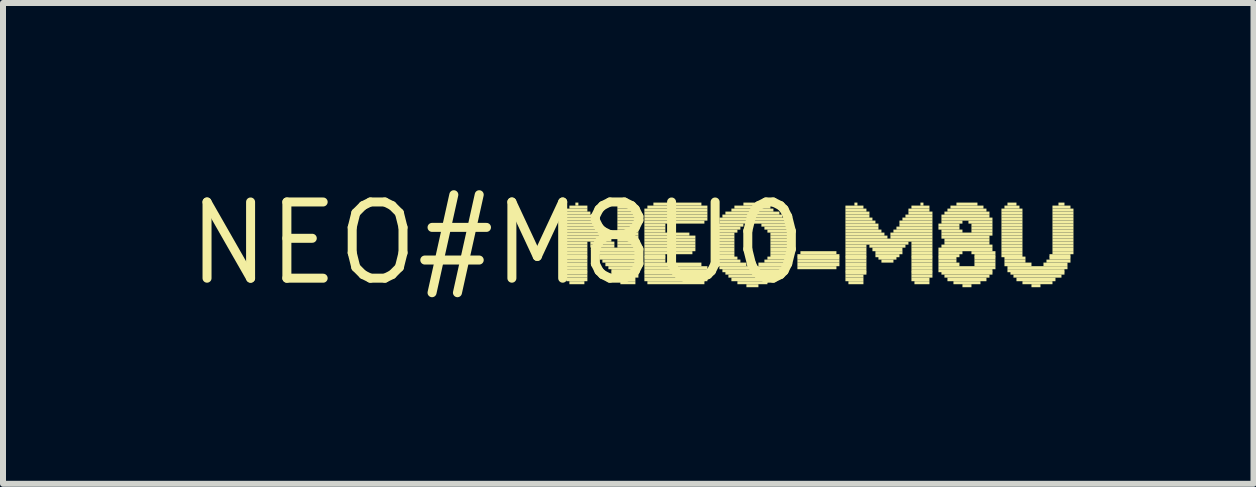
<source format=kicad_pcb>
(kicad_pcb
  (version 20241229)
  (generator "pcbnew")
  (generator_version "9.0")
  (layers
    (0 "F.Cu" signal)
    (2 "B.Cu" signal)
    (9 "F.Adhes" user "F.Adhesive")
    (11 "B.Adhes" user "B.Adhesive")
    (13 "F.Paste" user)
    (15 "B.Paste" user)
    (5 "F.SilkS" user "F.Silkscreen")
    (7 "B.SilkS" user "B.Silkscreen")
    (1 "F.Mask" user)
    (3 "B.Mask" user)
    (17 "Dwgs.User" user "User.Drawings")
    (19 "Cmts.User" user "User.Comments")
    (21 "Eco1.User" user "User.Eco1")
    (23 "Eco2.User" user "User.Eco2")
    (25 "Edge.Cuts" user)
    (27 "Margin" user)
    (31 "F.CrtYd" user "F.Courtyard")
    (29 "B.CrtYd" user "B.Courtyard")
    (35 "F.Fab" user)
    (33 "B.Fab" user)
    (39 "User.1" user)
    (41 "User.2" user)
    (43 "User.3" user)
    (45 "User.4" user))
  (footprint "NEO#M8U0"
    (layer "F.Cu")
    (at 5.238 1.006)
    (property "Reference" "NEO#M8U0" (at 0 0 0) (layer "F.SilkS") (effects (font (size 1.27 1.27) (thickness 0.15))))
    (attr through_hole)
    (fp_poly (pts (xy 1.15 -0.53) (xy 1.5 -0.53) (xy 1.5 -0.58) (xy 1.15 -0.58)) (stroke (width 0) (type solid)) (fill yes) (layer "F.SilkS"))
    (fp_poly (pts (xy 1.15 -0.48) (xy 1.55 -0.48) (xy 1.55 -0.53) (xy 1.15 -0.53)) (stroke (width 0) (type solid)) (fill yes) (layer "F.SilkS"))
    (fp_poly (pts (xy 1.15 -0.43) (xy 1.6 -0.43) (xy 1.6 -0.48) (xy 1.15 -0.48)) (stroke (width 0) (type solid)) (fill yes) (layer "F.SilkS"))
    (fp_poly (pts (xy 1.15 -0.38) (xy 1.65 -0.38) (xy 1.65 -0.43) (xy 1.15 -0.43)) (stroke (width 0) (type solid)) (fill yes) (layer "F.SilkS"))
    (fp_poly (pts (xy 1.15 -0.33) (xy 1.65 -0.33) (xy 1.65 -0.38) (xy 1.15 -0.38)) (stroke (width 0) (type solid)) (fill yes) (layer "F.SilkS"))
    (fp_poly (pts (xy 1.15 -0.28) (xy 1.7 -0.28) (xy 1.7 -0.33) (xy 1.15 -0.33)) (stroke (width 0) (type solid)) (fill yes) (layer "F.SilkS"))
    (fp_poly (pts (xy 1.15 -0.23) (xy 1.75 -0.23) (xy 1.75 -0.28) (xy 1.15 -0.28)) (stroke (width 0) (type solid)) (fill yes) (layer "F.SilkS"))
    (fp_poly (pts (xy 1.15 -0.18) (xy 1.8 -0.18) (xy 1.8 -0.23) (xy 1.15 -0.23)) (stroke (width 0) (type solid)) (fill yes) (layer "F.SilkS"))
    (fp_poly (pts (xy 1.15 -0.13) (xy 1.8 -0.13) (xy 1.8 -0.18) (xy 1.15 -0.18)) (stroke (width 0) (type solid)) (fill yes) (layer "F.SilkS"))
    (fp_poly (pts (xy 1.15 -0.08) (xy 1.85 -0.08) (xy 1.85 -0.13) (xy 1.15 -0.13)) (stroke (width 0) (type solid)) (fill yes) (layer "F.SilkS"))
    (fp_poly (pts (xy 1.15 -0.03) (xy 1.9 -0.03) (xy 1.9 -0.08) (xy 1.15 -0.08)) (stroke (width 0) (type solid)) (fill yes) (layer "F.SilkS"))
    (fp_poly (pts (xy 1.15 0.02) (xy 1.5 0.02) (xy 1.5 -0.03) (xy 1.15 -0.03)) (stroke (width 0) (type solid)) (fill yes) (layer "F.SilkS"))
    (fp_poly (pts (xy 1.15 0.07) (xy 1.5 0.07) (xy 1.5 0.02) (xy 1.15 0.02)) (stroke (width 0) (type solid)) (fill yes) (layer "F.SilkS"))
    (fp_poly (pts (xy 1.15 0.13) (xy 1.5 0.13) (xy 1.5 0.07) (xy 1.15 0.07)) (stroke (width 0) (type solid)) (fill yes) (layer "F.SilkS"))
    (fp_poly (pts (xy 1.15 0.18) (xy 1.5 0.18) (xy 1.5 0.13) (xy 1.15 0.13)) (stroke (width 0) (type solid)) (fill yes) (layer "F.SilkS"))
    (fp_poly (pts (xy 1.15 0.23) (xy 1.5 0.23) (xy 1.5 0.18) (xy 1.15 0.18)) (stroke (width 0) (type solid)) (fill yes) (layer "F.SilkS"))
    (fp_poly (pts (xy 1.15 0.27) (xy 1.5 0.27) (xy 1.5 0.22) (xy 1.15 0.22)) (stroke (width 0) (type solid)) (fill yes) (layer "F.SilkS"))
    (fp_poly (pts (xy 1.15 0.32) (xy 1.5 0.32) (xy 1.5 0.27) (xy 1.15 0.27)) (stroke (width 0) (type solid)) (fill yes) (layer "F.SilkS"))
    (fp_poly (pts (xy 1.15 0.38) (xy 1.5 0.38) (xy 1.5 0.32) (xy 1.15 0.32)) (stroke (width 0) (type solid)) (fill yes) (layer "F.SilkS"))
    (fp_poly (pts (xy 1.15 0.43) (xy 1.5 0.43) (xy 1.5 0.38) (xy 1.15 0.38)) (stroke (width 0) (type solid)) (fill yes) (layer "F.SilkS"))
    (fp_poly (pts (xy 1.15 0.48) (xy 1.5 0.48) (xy 1.5 0.43) (xy 1.15 0.43)) (stroke (width 0) (type solid)) (fill yes) (layer "F.SilkS"))
    (fp_poly (pts (xy 1.15 0.52) (xy 1.5 0.52) (xy 1.5 0.47) (xy 1.15 0.47)) (stroke (width 0) (type solid)) (fill yes) (layer "F.SilkS"))
    (fp_poly (pts (xy 1.15 0.57) (xy 1.5 0.57) (xy 1.5 0.52) (xy 1.15 0.52)) (stroke (width 0) (type solid)) (fill yes) (layer "F.SilkS"))
    (fp_poly (pts (xy 1.15 0.63) (xy 1.5 0.63) (xy 1.5 0.57) (xy 1.15 0.57)) (stroke (width 0) (type solid)) (fill yes) (layer "F.SilkS"))
    (fp_poly (pts (xy 1.2 -0.58) (xy 1.5 -0.58) (xy 1.5 -0.63) (xy 1.2 -0.63)) (stroke (width 0) (type solid)) (fill yes) (layer "F.SilkS"))
    (fp_poly (pts (xy 1.2 0.68) (xy 1.45 0.68) (xy 1.45 0.63) (xy 1.2 0.63)) (stroke (width 0) (type solid)) (fill yes) (layer "F.SilkS"))
    (fp_poly (pts (xy 1.3 -0.63) (xy 1.35 -0.63) (xy 1.35 -0.68) (xy 1.3 -0.68)) (stroke (width 0) (type solid)) (fill yes) (layer "F.SilkS"))
    (fp_poly (pts (xy 1.55 0.02) (xy 1.95 0.02) (xy 1.95 -0.03) (xy 1.55 -0.03)) (stroke (width 0) (type solid)) (fill yes) (layer "F.SilkS"))
    (fp_poly (pts (xy 1.55 0.07) (xy 1.95 0.07) (xy 1.95 0.02) (xy 1.55 0.02)) (stroke (width 0) (type solid)) (fill yes) (layer "F.SilkS"))
    (fp_poly (pts (xy 1.6 0.13) (xy 2.35 0.13) (xy 2.35 0.07) (xy 1.6 0.07)) (stroke (width 0) (type solid)) (fill yes) (layer "F.SilkS"))
    (fp_poly (pts (xy 1.65 0.18) (xy 2.35 0.18) (xy 2.35 0.13) (xy 1.65 0.13)) (stroke (width 0) (type solid)) (fill yes) (layer "F.SilkS"))
    (fp_poly (pts (xy 1.7 0.23) (xy 2.35 0.23) (xy 2.35 0.18) (xy 1.7 0.18)) (stroke (width 0) (type solid)) (fill yes) (layer "F.SilkS"))
    (fp_poly (pts (xy 1.7 0.27) (xy 2.35 0.27) (xy 2.35 0.22) (xy 1.7 0.22)) (stroke (width 0) (type solid)) (fill yes) (layer "F.SilkS"))
    (fp_poly (pts (xy 1.75 0.32) (xy 2.35 0.32) (xy 2.35 0.27) (xy 1.75 0.27)) (stroke (width 0) (type solid)) (fill yes) (layer "F.SilkS"))
    (fp_poly (pts (xy 1.8 0.38) (xy 2.35 0.38) (xy 2.35 0.32) (xy 1.8 0.32)) (stroke (width 0) (type solid)) (fill yes) (layer "F.SilkS"))
    (fp_poly (pts (xy 1.85 0.43) (xy 2.35 0.43) (xy 2.35 0.38) (xy 1.85 0.38)) (stroke (width 0) (type solid)) (fill yes) (layer "F.SilkS"))
    (fp_poly (pts (xy 1.9 0.48) (xy 2.35 0.48) (xy 2.35 0.43) (xy 1.9 0.43)) (stroke (width 0) (type solid)) (fill yes) (layer "F.SilkS"))
    (fp_poly (pts (xy 1.9 0.52) (xy 2.35 0.52) (xy 2.35 0.47) (xy 1.9 0.47)) (stroke (width 0) (type solid)) (fill yes) (layer "F.SilkS"))
    (fp_poly (pts (xy 1.95 0.57) (xy 2.35 0.57) (xy 2.35 0.52) (xy 1.95 0.52)) (stroke (width 0) (type solid)) (fill yes) (layer "F.SilkS"))
    (fp_poly (pts (xy 2 -0.58) (xy 2.3 -0.58) (xy 2.3 -0.63) (xy 2 -0.63)) (stroke (width 0) (type solid)) (fill yes) (layer "F.SilkS"))
    (fp_poly (pts (xy 2 -0.53) (xy 2.35 -0.53) (xy 2.35 -0.58) (xy 2 -0.58)) (stroke (width 0) (type solid)) (fill yes) (layer "F.SilkS"))
    (fp_poly (pts (xy 2 -0.48) (xy 2.35 -0.48) (xy 2.35 -0.53) (xy 2 -0.53)) (stroke (width 0) (type solid)) (fill yes) (layer "F.SilkS"))
    (fp_poly (pts (xy 2 -0.43) (xy 2.35 -0.43) (xy 2.35 -0.48) (xy 2 -0.48)) (stroke (width 0) (type solid)) (fill yes) (layer "F.SilkS"))
    (fp_poly (pts (xy 2 -0.38) (xy 2.35 -0.38) (xy 2.35 -0.43) (xy 2 -0.43)) (stroke (width 0) (type solid)) (fill yes) (layer "F.SilkS"))
    (fp_poly (pts (xy 2 -0.33) (xy 2.35 -0.33) (xy 2.35 -0.38) (xy 2 -0.38)) (stroke (width 0) (type solid)) (fill yes) (layer "F.SilkS"))
    (fp_poly (pts (xy 2 -0.28) (xy 2.35 -0.28) (xy 2.35 -0.33) (xy 2 -0.33)) (stroke (width 0) (type solid)) (fill yes) (layer "F.SilkS"))
    (fp_poly (pts (xy 2 -0.23) (xy 2.35 -0.23) (xy 2.35 -0.28) (xy 2 -0.28)) (stroke (width 0) (type solid)) (fill yes) (layer "F.SilkS"))
    (fp_poly (pts (xy 2 -0.18) (xy 2.35 -0.18) (xy 2.35 -0.23) (xy 2 -0.23)) (stroke (width 0) (type solid)) (fill yes) (layer "F.SilkS"))
    (fp_poly (pts (xy 2 -0.13) (xy 2.35 -0.13) (xy 2.35 -0.18) (xy 2 -0.18)) (stroke (width 0) (type solid)) (fill yes) (layer "F.SilkS"))
    (fp_poly (pts (xy 2 -0.08) (xy 2.35 -0.08) (xy 2.35 -0.13) (xy 2 -0.13)) (stroke (width 0) (type solid)) (fill yes) (layer "F.SilkS"))
    (fp_poly (pts (xy 2 -0.03) (xy 2.35 -0.03) (xy 2.35 -0.08) (xy 2 -0.08)) (stroke (width 0) (type solid)) (fill yes) (layer "F.SilkS"))
    (fp_poly (pts (xy 2 0.02) (xy 2.35 0.02) (xy 2.35 -0.03) (xy 2 -0.03)) (stroke (width 0) (type solid)) (fill yes) (layer "F.SilkS"))
    (fp_poly (pts (xy 2 0.07) (xy 2.35 0.07) (xy 2.35 0.02) (xy 2 0.02)) (stroke (width 0) (type solid)) (fill yes) (layer "F.SilkS"))
    (fp_poly (pts (xy 2 0.63) (xy 2.3 0.63) (xy 2.3 0.57) (xy 2 0.57)) (stroke (width 0) (type solid)) (fill yes) (layer "F.SilkS"))
    (fp_poly (pts (xy 2.05 0.68) (xy 2.3 0.68) (xy 2.3 0.63) (xy 2.05 0.63)) (stroke (width 0) (type solid)) (fill yes) (layer "F.SilkS"))
    (fp_poly (pts (xy 2.15 -0.63) (xy 2.2 -0.63) (xy 2.2 -0.68) (xy 2.15 -0.68)) (stroke (width 0) (type solid)) (fill yes) (layer "F.SilkS"))
    (fp_poly (pts (xy 2.45 -0.53) (xy 3.5 -0.53) (xy 3.5 -0.58) (xy 2.45 -0.58)) (stroke (width 0) (type solid)) (fill yes) (layer "F.SilkS"))
    (fp_poly (pts (xy 2.45 -0.48) (xy 3.5 -0.48) (xy 3.5 -0.53) (xy 2.45 -0.53)) (stroke (width 0) (type solid)) (fill yes) (layer "F.SilkS"))
    (fp_poly (pts (xy 2.45 -0.43) (xy 3.5 -0.43) (xy 3.5 -0.48) (xy 2.45 -0.48)) (stroke (width 0) (type solid)) (fill yes) (layer "F.SilkS"))
    (fp_poly (pts (xy 2.45 -0.38) (xy 3.5 -0.38) (xy 3.5 -0.43) (xy 2.45 -0.43)) (stroke (width 0) (type solid)) (fill yes) (layer "F.SilkS"))
    (fp_poly (pts (xy 2.45 -0.33) (xy 3.45 -0.33) (xy 3.45 -0.38) (xy 2.45 -0.38)) (stroke (width 0) (type solid)) (fill yes) (layer "F.SilkS"))
    (fp_poly (pts (xy 2.45 -0.28) (xy 2.8 -0.28) (xy 2.8 -0.33) (xy 2.45 -0.33)) (stroke (width 0) (type solid)) (fill yes) (layer "F.SilkS"))
    (fp_poly (pts (xy 2.45 -0.23) (xy 2.8 -0.23) (xy 2.8 -0.28) (xy 2.45 -0.28)) (stroke (width 0) (type solid)) (fill yes) (layer "F.SilkS"))
    (fp_poly (pts (xy 2.45 -0.18) (xy 2.8 -0.18) (xy 2.8 -0.23) (xy 2.45 -0.23)) (stroke (width 0) (type solid)) (fill yes) (layer "F.SilkS"))
    (fp_poly (pts (xy 2.45 -0.13) (xy 3.2 -0.13) (xy 3.2 -0.18) (xy 2.45 -0.18)) (stroke (width 0) (type solid)) (fill yes) (layer "F.SilkS"))
    (fp_poly (pts (xy 2.45 -0.08) (xy 3.3 -0.08) (xy 3.3 -0.13) (xy 2.45 -0.13)) (stroke (width 0) (type solid)) (fill yes) (layer "F.SilkS"))
    (fp_poly (pts (xy 2.45 -0.03) (xy 3.3 -0.03) (xy 3.3 -0.08) (xy 2.45 -0.08)) (stroke (width 0) (type solid)) (fill yes) (layer "F.SilkS"))
    (fp_poly (pts (xy 2.45 0.02) (xy 3.3 0.02) (xy 3.3 -0.03) (xy 2.45 -0.03)) (stroke (width 0) (type solid)) (fill yes) (layer "F.SilkS"))
    (fp_poly (pts (xy 2.45 0.07) (xy 3.3 0.07) (xy 3.3 0.02) (xy 2.45 0.02)) (stroke (width 0) (type solid)) (fill yes) (layer "F.SilkS"))
    (fp_poly (pts (xy 2.45 0.13) (xy 3.3 0.13) (xy 3.3 0.07) (xy 2.45 0.07)) (stroke (width 0) (type solid)) (fill yes) (layer "F.SilkS"))
    (fp_poly (pts (xy 2.45 0.18) (xy 3.25 0.18) (xy 3.25 0.13) (xy 2.45 0.13)) (stroke (width 0) (type solid)) (fill yes) (layer "F.SilkS"))
    (fp_poly (pts (xy 2.45 0.23) (xy 2.8 0.23) (xy 2.8 0.18) (xy 2.45 0.18)) (stroke (width 0) (type solid)) (fill yes) (layer "F.SilkS"))
    (fp_poly (pts (xy 2.45 0.27) (xy 2.8 0.27) (xy 2.8 0.22) (xy 2.45 0.22)) (stroke (width 0) (type solid)) (fill yes) (layer "F.SilkS"))
    (fp_poly (pts (xy 2.45 0.32) (xy 2.8 0.32) (xy 2.8 0.27) (xy 2.45 0.27)) (stroke (width 0) (type solid)) (fill yes) (layer "F.SilkS"))
    (fp_poly (pts (xy 2.45 0.38) (xy 3.4 0.38) (xy 3.4 0.32) (xy 2.45 0.32)) (stroke (width 0) (type solid)) (fill yes) (layer "F.SilkS"))
    (fp_poly (pts (xy 2.45 0.43) (xy 3.5 0.43) (xy 3.5 0.38) (xy 2.45 0.38)) (stroke (width 0) (type solid)) (fill yes) (layer "F.SilkS"))
    (fp_poly (pts (xy 2.45 0.48) (xy 3.5 0.48) (xy 3.5 0.43) (xy 2.45 0.43)) (stroke (width 0) (type solid)) (fill yes) (layer "F.SilkS"))
    (fp_poly (pts (xy 2.45 0.52) (xy 3.5 0.52) (xy 3.5 0.47) (xy 2.45 0.47)) (stroke (width 0) (type solid)) (fill yes) (layer "F.SilkS"))
    (fp_poly (pts (xy 2.45 0.57) (xy 3.5 0.57) (xy 3.5 0.52) (xy 2.45 0.52)) (stroke (width 0) (type solid)) (fill yes) (layer "F.SilkS"))
    (fp_poly (pts (xy 2.45 0.63) (xy 3.5 0.63) (xy 3.5 0.57) (xy 2.45 0.57)) (stroke (width 0) (type solid)) (fill yes) (layer "F.SilkS"))
    (fp_poly (pts (xy 2.5 -0.58) (xy 3.5 -0.58) (xy 3.5 -0.63) (xy 2.5 -0.63)) (stroke (width 0) (type solid)) (fill yes) (layer "F.SilkS"))
    (fp_poly (pts (xy 2.5 0.68) (xy 3.45 0.68) (xy 3.45 0.63) (xy 2.5 0.63)) (stroke (width 0) (type solid)) (fill yes) (layer "F.SilkS"))
    (fp_poly (pts (xy 2.6 -0.63) (xy 3.4 -0.63) (xy 3.4 -0.68) (xy 2.6 -0.68)) (stroke (width 0) (type solid)) (fill yes) (layer "F.SilkS"))
    (fp_poly (pts (xy 3.6 -0.18) (xy 4 -0.18) (xy 4 -0.23) (xy 3.6 -0.23)) (stroke (width 0) (type solid)) (fill yes) (layer "F.SilkS"))
    (fp_poly (pts (xy 3.6 -0.13) (xy 3.95 -0.13) (xy 3.95 -0.18) (xy 3.6 -0.18)) (stroke (width 0) (type solid)) (fill yes) (layer "F.SilkS"))
    (fp_poly (pts (xy 3.6 -0.08) (xy 3.95 -0.08) (xy 3.95 -0.13) (xy 3.6 -0.13)) (stroke (width 0) (type solid)) (fill yes) (layer "F.SilkS"))
    (fp_poly (pts (xy 3.6 -0.03) (xy 3.95 -0.03) (xy 3.95 -0.08) (xy 3.6 -0.08)) (stroke (width 0) (type solid)) (fill yes) (layer "F.SilkS"))
    (fp_poly (pts (xy 3.6 0.02) (xy 3.95 0.02) (xy 3.95 -0.03) (xy 3.6 -0.03)) (stroke (width 0) (type solid)) (fill yes) (layer "F.SilkS"))
    (fp_poly (pts (xy 3.6 0.07) (xy 3.95 0.07) (xy 3.95 0.02) (xy 3.6 0.02)) (stroke (width 0) (type solid)) (fill yes) (layer "F.SilkS"))
    (fp_poly (pts (xy 3.6 0.13) (xy 3.95 0.13) (xy 3.95 0.07) (xy 3.6 0.07)) (stroke (width 0) (type solid)) (fill yes) (layer "F.SilkS"))
    (fp_poly (pts (xy 3.6 0.18) (xy 3.95 0.18) (xy 3.95 0.13) (xy 3.6 0.13)) (stroke (width 0) (type solid)) (fill yes) (layer "F.SilkS"))
    (fp_poly (pts (xy 3.6 0.23) (xy 3.95 0.23) (xy 3.95 0.18) (xy 3.6 0.18)) (stroke (width 0) (type solid)) (fill yes) (layer "F.SilkS"))
    (fp_poly (pts (xy 3.6 0.27) (xy 4 0.27) (xy 4 0.22) (xy 3.6 0.22)) (stroke (width 0) (type solid)) (fill yes) (layer "F.SilkS"))
    (fp_poly (pts (xy 3.65 -0.28) (xy 4.1 -0.28) (xy 4.1 -0.33) (xy 3.65 -0.33)) (stroke (width 0) (type solid)) (fill yes) (layer "F.SilkS"))
    (fp_poly (pts (xy 3.65 -0.23) (xy 4.05 -0.23) (xy 4.05 -0.28) (xy 3.65 -0.28)) (stroke (width 0) (type solid)) (fill yes) (layer "F.SilkS"))
    (fp_poly (pts (xy 3.65 0.32) (xy 4.05 0.32) (xy 4.05 0.27) (xy 3.65 0.27)) (stroke (width 0) (type solid)) (fill yes) (layer "F.SilkS"))
    (fp_poly (pts (xy 3.65 0.38) (xy 4.15 0.38) (xy 4.15 0.32) (xy 3.65 0.32)) (stroke (width 0) (type solid)) (fill yes) (layer "F.SilkS"))
    (fp_poly (pts (xy 3.7 -0.38) (xy 4.8 -0.38) (xy 4.8 -0.43) (xy 3.7 -0.43)) (stroke (width 0) (type solid)) (fill yes) (layer "F.SilkS"))
    (fp_poly (pts (xy 3.7 -0.33) (xy 4.8 -0.33) (xy 4.8 -0.38) (xy 3.7 -0.38)) (stroke (width 0) (type solid)) (fill yes) (layer "F.SilkS"))
    (fp_poly (pts (xy 3.7 0.43) (xy 4.8 0.43) (xy 4.8 0.38) (xy 3.7 0.38)) (stroke (width 0) (type solid)) (fill yes) (layer "F.SilkS"))
    (fp_poly (pts (xy 3.75 -0.43) (xy 4.75 -0.43) (xy 4.75 -0.48) (xy 3.75 -0.48)) (stroke (width 0) (type solid)) (fill yes) (layer "F.SilkS"))
    (fp_poly (pts (xy 3.75 0.48) (xy 4.75 0.48) (xy 4.75 0.43) (xy 3.75 0.43)) (stroke (width 0) (type solid)) (fill yes) (layer "F.SilkS"))
    (fp_poly (pts (xy 3.8 -0.48) (xy 4.7 -0.48) (xy 4.7 -0.53) (xy 3.8 -0.53)) (stroke (width 0) (type solid)) (fill yes) (layer "F.SilkS"))
    (fp_poly (pts (xy 3.8 0.52) (xy 4.7 0.52) (xy 4.7 0.47) (xy 3.8 0.47)) (stroke (width 0) (type solid)) (fill yes) (layer "F.SilkS"))
    (fp_poly (pts (xy 3.85 0.57) (xy 4.65 0.57) (xy 4.65 0.52) (xy 3.85 0.52)) (stroke (width 0) (type solid)) (fill yes) (layer "F.SilkS"))
    (fp_poly (pts (xy 3.9 -0.53) (xy 4.6 -0.53) (xy 4.6 -0.58) (xy 3.9 -0.58)) (stroke (width 0) (type solid)) (fill yes) (layer "F.SilkS"))
    (fp_poly (pts (xy 3.9 0.63) (xy 4.6 0.63) (xy 4.6 0.57) (xy 3.9 0.57)) (stroke (width 0) (type solid)) (fill yes) (layer "F.SilkS"))
    (fp_poly (pts (xy 3.95 -0.58) (xy 4.55 -0.58) (xy 4.55 -0.63) (xy 3.95 -0.63)) (stroke (width 0) (type solid)) (fill yes) (layer "F.SilkS"))
    (fp_poly (pts (xy 4 0.68) (xy 4.5 0.68) (xy 4.5 0.63) (xy 4 0.63)) (stroke (width 0) (type solid)) (fill yes) (layer "F.SilkS"))
    (fp_poly (pts (xy 4.1 -0.63) (xy 4.4 -0.63) (xy 4.4 -0.68) (xy 4.1 -0.68)) (stroke (width 0) (type solid)) (fill yes) (layer "F.SilkS"))
    (fp_poly (pts (xy 4.15 0.73) (xy 4.35 0.73) (xy 4.35 0.68) (xy 4.15 0.68)) (stroke (width 0) (type solid)) (fill yes) (layer "F.SilkS"))
    (fp_poly (pts (xy 4.35 0.38) (xy 4.85 0.38) (xy 4.85 0.32) (xy 4.35 0.32)) (stroke (width 0) (type solid)) (fill yes) (layer "F.SilkS"))
    (fp_poly (pts (xy 4.4 -0.28) (xy 4.85 -0.28) (xy 4.85 -0.33) (xy 4.4 -0.33)) (stroke (width 0) (type solid)) (fill yes) (layer "F.SilkS"))
    (fp_poly (pts (xy 4.45 -0.23) (xy 4.85 -0.23) (xy 4.85 -0.28) (xy 4.45 -0.28)) (stroke (width 0) (type solid)) (fill yes) (layer "F.SilkS"))
    (fp_poly (pts (xy 4.45 0.32) (xy 4.85 0.32) (xy 4.85 0.27) (xy 4.45 0.27)) (stroke (width 0) (type solid)) (fill yes) (layer "F.SilkS"))
    (fp_poly (pts (xy 4.5 -0.18) (xy 4.9 -0.18) (xy 4.9 -0.23) (xy 4.5 -0.23)) (stroke (width 0) (type solid)) (fill yes) (layer "F.SilkS"))
    (fp_poly (pts (xy 4.5 0.27) (xy 4.85 0.27) (xy 4.85 0.22) (xy 4.5 0.22)) (stroke (width 0) (type solid)) (fill yes) (layer "F.SilkS"))
    (fp_poly (pts (xy 4.55 -0.13) (xy 4.9 -0.13) (xy 4.9 -0.18) (xy 4.55 -0.18)) (stroke (width 0) (type solid)) (fill yes) (layer "F.SilkS"))
    (fp_poly (pts (xy 4.55 -0.08) (xy 4.9 -0.08) (xy 4.9 -0.13) (xy 4.55 -0.13)) (stroke (width 0) (type solid)) (fill yes) (layer "F.SilkS"))
    (fp_poly (pts (xy 4.55 -0.03) (xy 4.9 -0.03) (xy 4.9 -0.08) (xy 4.55 -0.08)) (stroke (width 0) (type solid)) (fill yes) (layer "F.SilkS"))
    (fp_poly (pts (xy 4.55 0.02) (xy 4.9 0.02) (xy 4.9 -0.03) (xy 4.55 -0.03)) (stroke (width 0) (type solid)) (fill yes) (layer "F.SilkS"))
    (fp_poly (pts (xy 4.55 0.07) (xy 4.9 0.07) (xy 4.9 0.02) (xy 4.55 0.02)) (stroke (width 0) (type solid)) (fill yes) (layer "F.SilkS"))
    (fp_poly (pts (xy 4.55 0.13) (xy 4.9 0.13) (xy 4.9 0.07) (xy 4.55 0.07)) (stroke (width 0) (type solid)) (fill yes) (layer "F.SilkS"))
    (fp_poly (pts (xy 4.55 0.18) (xy 4.9 0.18) (xy 4.9 0.13) (xy 4.55 0.13)) (stroke (width 0) (type solid)) (fill yes) (layer "F.SilkS"))
    (fp_poly (pts (xy 4.55 0.23) (xy 4.9 0.23) (xy 4.9 0.18) (xy 4.55 0.18)) (stroke (width 0) (type solid)) (fill yes) (layer "F.SilkS"))
    (fp_poly (pts (xy 5 0.23) (xy 5.7 0.23) (xy 5.7 0.18) (xy 5 0.18)) (stroke (width 0) (type solid)) (fill yes) (layer "F.SilkS"))
    (fp_poly (pts (xy 5 0.27) (xy 5.7 0.27) (xy 5.7 0.22) (xy 5 0.22)) (stroke (width 0) (type solid)) (fill yes) (layer "F.SilkS"))
    (fp_poly (pts (xy 5 0.32) (xy 5.7 0.32) (xy 5.7 0.27) (xy 5 0.27)) (stroke (width 0) (type solid)) (fill yes) (layer "F.SilkS"))
    (fp_poly (pts (xy 5 0.38) (xy 5.7 0.38) (xy 5.7 0.32) (xy 5 0.32)) (stroke (width 0) (type solid)) (fill yes) (layer "F.SilkS"))
    (fp_poly (pts (xy 5 0.43) (xy 5.65 0.43) (xy 5.65 0.38) (xy 5 0.38)) (stroke (width 0) (type solid)) (fill yes) (layer "F.SilkS"))
    (fp_poly (pts (xy 5.05 0.18) (xy 5.65 0.18) (xy 5.65 0.13) (xy 5.05 0.13)) (stroke (width 0) (type solid)) (fill yes) (layer "F.SilkS"))
    (fp_poly (pts (xy 5.8 -0.58) (xy 6.1 -0.58) (xy 6.1 -0.63) (xy 5.8 -0.63)) (stroke (width 0) (type solid)) (fill yes) (layer "F.SilkS"))
    (fp_poly (pts (xy 5.8 -0.53) (xy 6.15 -0.53) (xy 6.15 -0.58) (xy 5.8 -0.58)) (stroke (width 0) (type solid)) (fill yes) (layer "F.SilkS"))
    (fp_poly (pts (xy 5.8 -0.48) (xy 6.2 -0.48) (xy 6.2 -0.53) (xy 5.8 -0.53)) (stroke (width 0) (type solid)) (fill yes) (layer "F.SilkS"))
    (fp_poly (pts (xy 5.8 -0.43) (xy 6.2 -0.43) (xy 6.2 -0.48) (xy 5.8 -0.48)) (stroke (width 0) (type solid)) (fill yes) (layer "F.SilkS"))
    (fp_poly (pts (xy 5.8 -0.38) (xy 6.25 -0.38) (xy 6.25 -0.43) (xy 5.8 -0.43)) (stroke (width 0) (type solid)) (fill yes) (layer "F.SilkS"))
    (fp_poly (pts (xy 5.8 -0.33) (xy 6.3 -0.33) (xy 6.3 -0.38) (xy 5.8 -0.38)) (stroke (width 0) (type solid)) (fill yes) (layer "F.SilkS"))
    (fp_poly (pts (xy 5.8 -0.28) (xy 6.35 -0.28) (xy 6.35 -0.33) (xy 5.8 -0.33)) (stroke (width 0) (type solid)) (fill yes) (layer "F.SilkS"))
    (fp_poly (pts (xy 5.8 -0.23) (xy 6.35 -0.23) (xy 6.35 -0.28) (xy 5.8 -0.28)) (stroke (width 0) (type solid)) (fill yes) (layer "F.SilkS"))
    (fp_poly (pts (xy 5.8 -0.18) (xy 6.4 -0.18) (xy 6.4 -0.23) (xy 5.8 -0.23)) (stroke (width 0) (type solid)) (fill yes) (layer "F.SilkS"))
    (fp_poly (pts (xy 5.8 -0.13) (xy 6.45 -0.13) (xy 6.45 -0.18) (xy 5.8 -0.18)) (stroke (width 0) (type solid)) (fill yes) (layer "F.SilkS"))
    (fp_poly (pts (xy 5.8 -0.08) (xy 6.5 -0.08) (xy 6.5 -0.13) (xy 5.8 -0.13)) (stroke (width 0) (type solid)) (fill yes) (layer "F.SilkS"))
    (fp_poly (pts (xy 5.8 -0.03) (xy 7.25 -0.03) (xy 7.25 -0.08) (xy 5.8 -0.08)) (stroke (width 0) (type solid)) (fill yes) (layer "F.SilkS"))
    (fp_poly (pts (xy 5.8 0.02) (xy 6.85 0.02) (xy 6.85 -0.03) (xy 5.8 -0.03)) (stroke (width 0) (type solid)) (fill yes) (layer "F.SilkS"))
    (fp_poly (pts (xy 5.8 0.07) (xy 6.15 0.07) (xy 6.15 0.02) (xy 5.8 0.02)) (stroke (width 0) (type solid)) (fill yes) (layer "F.SilkS"))
    (fp_poly (pts (xy 5.8 0.13) (xy 6.15 0.13) (xy 6.15 0.07) (xy 5.8 0.07)) (stroke (width 0) (type solid)) (fill yes) (layer "F.SilkS"))
    (fp_poly (pts (xy 5.8 0.18) (xy 6.15 0.18) (xy 6.15 0.13) (xy 5.8 0.13)) (stroke (width 0) (type solid)) (fill yes) (layer "F.SilkS"))
    (fp_poly (pts (xy 5.8 0.23) (xy 6.15 0.23) (xy 6.15 0.18) (xy 5.8 0.18)) (stroke (width 0) (type solid)) (fill yes) (layer "F.SilkS"))
    (fp_poly (pts (xy 5.8 0.27) (xy 6.15 0.27) (xy 6.15 0.22) (xy 5.8 0.22)) (stroke (width 0) (type solid)) (fill yes) (layer "F.SilkS"))
    (fp_poly (pts (xy 5.8 0.32) (xy 6.15 0.32) (xy 6.15 0.27) (xy 5.8 0.27)) (stroke (width 0) (type solid)) (fill yes) (layer "F.SilkS"))
    (fp_poly (pts (xy 5.8 0.38) (xy 6.15 0.38) (xy 6.15 0.32) (xy 5.8 0.32)) (stroke (width 0) (type solid)) (fill yes) (layer "F.SilkS"))
    (fp_poly (pts (xy 5.8 0.43) (xy 6.15 0.43) (xy 6.15 0.38) (xy 5.8 0.38)) (stroke (width 0) (type solid)) (fill yes) (layer "F.SilkS"))
    (fp_poly (pts (xy 5.8 0.48) (xy 6.15 0.48) (xy 6.15 0.43) (xy 5.8 0.43)) (stroke (width 0) (type solid)) (fill yes) (layer "F.SilkS"))
    (fp_poly (pts (xy 5.8 0.52) (xy 6.15 0.52) (xy 6.15 0.47) (xy 5.8 0.47)) (stroke (width 0) (type solid)) (fill yes) (layer "F.SilkS"))
    (fp_poly (pts (xy 5.8 0.57) (xy 6.1 0.57) (xy 6.1 0.52) (xy 5.8 0.52)) (stroke (width 0) (type solid)) (fill yes) (layer "F.SilkS"))
    (fp_poly (pts (xy 5.8 0.63) (xy 6.1 0.63) (xy 6.1 0.57) (xy 5.8 0.57)) (stroke (width 0) (type solid)) (fill yes) (layer "F.SilkS"))
    (fp_poly (pts (xy 5.85 0.68) (xy 6.1 0.68) (xy 6.1 0.63) (xy 5.85 0.63)) (stroke (width 0) (type solid)) (fill yes) (layer "F.SilkS"))
    (fp_poly (pts (xy 5.95 -0.63) (xy 6 -0.63) (xy 6 -0.68) (xy 5.95 -0.68)) (stroke (width 0) (type solid)) (fill yes) (layer "F.SilkS"))
    (fp_poly (pts (xy 6.2 0.07) (xy 6.8 0.07) (xy 6.8 0.02) (xy 6.2 0.02)) (stroke (width 0) (type solid)) (fill yes) (layer "F.SilkS"))
    (fp_poly (pts (xy 6.25 0.13) (xy 6.75 0.13) (xy 6.75 0.07) (xy 6.25 0.07)) (stroke (width 0) (type solid)) (fill yes) (layer "F.SilkS"))
    (fp_poly (pts (xy 6.3 0.18) (xy 6.75 0.18) (xy 6.75 0.13) (xy 6.3 0.13)) (stroke (width 0) (type solid)) (fill yes) (layer "F.SilkS"))
    (fp_poly (pts (xy 6.3 0.23) (xy 6.7 0.23) (xy 6.7 0.18) (xy 6.3 0.18)) (stroke (width 0) (type solid)) (fill yes) (layer "F.SilkS"))
    (fp_poly (pts (xy 6.35 0.27) (xy 6.65 0.27) (xy 6.65 0.22) (xy 6.35 0.22)) (stroke (width 0) (type solid)) (fill yes) (layer "F.SilkS"))
    (fp_poly (pts (xy 6.4 0.32) (xy 6.6 0.32) (xy 6.6 0.27) (xy 6.4 0.27)) (stroke (width 0) (type solid)) (fill yes) (layer "F.SilkS"))
    (fp_poly (pts (xy 6.55 -0.13) (xy 7.25 -0.13) (xy 7.25 -0.18) (xy 6.55 -0.18)) (stroke (width 0) (type solid)) (fill yes) (layer "F.SilkS"))
    (fp_poly (pts (xy 6.55 -0.08) (xy 7.25 -0.08) (xy 7.25 -0.13) (xy 6.55 -0.13)) (stroke (width 0) (type solid)) (fill yes) (layer "F.SilkS"))
    (fp_poly (pts (xy 6.6 -0.18) (xy 7.25 -0.18) (xy 7.25 -0.23) (xy 6.6 -0.23)) (stroke (width 0) (type solid)) (fill yes) (layer "F.SilkS"))
    (fp_poly (pts (xy 6.65 -0.23) (xy 7.25 -0.23) (xy 7.25 -0.28) (xy 6.65 -0.28)) (stroke (width 0) (type solid)) (fill yes) (layer "F.SilkS"))
    (fp_poly (pts (xy 6.7 -0.33) (xy 7.25 -0.33) (xy 7.25 -0.38) (xy 6.7 -0.38)) (stroke (width 0) (type solid)) (fill yes) (layer "F.SilkS"))
    (fp_poly (pts (xy 6.7 -0.28) (xy 7.25 -0.28) (xy 7.25 -0.33) (xy 6.7 -0.33)) (stroke (width 0) (type solid)) (fill yes) (layer "F.SilkS"))
    (fp_poly (pts (xy 6.75 -0.38) (xy 7.25 -0.38) (xy 7.25 -0.43) (xy 6.75 -0.43)) (stroke (width 0) (type solid)) (fill yes) (layer "F.SilkS"))
    (fp_poly (pts (xy 6.8 -0.43) (xy 7.25 -0.43) (xy 7.25 -0.48) (xy 6.8 -0.48)) (stroke (width 0) (type solid)) (fill yes) (layer "F.SilkS"))
    (fp_poly (pts (xy 6.85 -0.53) (xy 7.2 -0.53) (xy 7.2 -0.58) (xy 6.85 -0.58)) (stroke (width 0) (type solid)) (fill yes) (layer "F.SilkS"))
    (fp_poly (pts (xy 6.85 -0.48) (xy 7.25 -0.48) (xy 7.25 -0.53) (xy 6.85 -0.53)) (stroke (width 0) (type solid)) (fill yes) (layer "F.SilkS"))
    (fp_poly (pts (xy 6.9 -0.58) (xy 7.2 -0.58) (xy 7.2 -0.63) (xy 6.9 -0.63)) (stroke (width 0) (type solid)) (fill yes) (layer "F.SilkS"))
    (fp_poly (pts (xy 6.9 0.02) (xy 7.25 0.02) (xy 7.25 -0.03) (xy 6.9 -0.03)) (stroke (width 0) (type solid)) (fill yes) (layer "F.SilkS"))
    (fp_poly (pts (xy 6.9 0.07) (xy 7.25 0.07) (xy 7.25 0.02) (xy 6.9 0.02)) (stroke (width 0) (type solid)) (fill yes) (layer "F.SilkS"))
    (fp_poly (pts (xy 6.9 0.13) (xy 7.25 0.13) (xy 7.25 0.07) (xy 6.9 0.07)) (stroke (width 0) (type solid)) (fill yes) (layer "F.SilkS"))
    (fp_poly (pts (xy 6.9 0.18) (xy 7.25 0.18) (xy 7.25 0.13) (xy 6.9 0.13)) (stroke (width 0) (type solid)) (fill yes) (layer "F.SilkS"))
    (fp_poly (pts (xy 6.9 0.23) (xy 7.25 0.23) (xy 7.25 0.18) (xy 6.9 0.18)) (stroke (width 0) (type solid)) (fill yes) (layer "F.SilkS"))
    (fp_poly (pts (xy 6.9 0.27) (xy 7.25 0.27) (xy 7.25 0.22) (xy 6.9 0.22)) (stroke (width 0) (type solid)) (fill yes) (layer "F.SilkS"))
    (fp_poly (pts (xy 6.9 0.32) (xy 7.25 0.32) (xy 7.25 0.27) (xy 6.9 0.27)) (stroke (width 0) (type solid)) (fill yes) (layer "F.SilkS"))
    (fp_poly (pts (xy 6.9 0.38) (xy 7.25 0.38) (xy 7.25 0.32) (xy 6.9 0.32)) (stroke (width 0) (type solid)) (fill yes) (layer "F.SilkS"))
    (fp_poly (pts (xy 6.9 0.43) (xy 7.25 0.43) (xy 7.25 0.38) (xy 6.9 0.38)) (stroke (width 0) (type solid)) (fill yes) (layer "F.SilkS"))
    (fp_poly (pts (xy 6.9 0.48) (xy 7.25 0.48) (xy 7.25 0.43) (xy 6.9 0.43)) (stroke (width 0) (type solid)) (fill yes) (layer "F.SilkS"))
    (fp_poly (pts (xy 6.9 0.52) (xy 7.25 0.52) (xy 7.25 0.47) (xy 6.9 0.47)) (stroke (width 0) (type solid)) (fill yes) (layer "F.SilkS"))
    (fp_poly (pts (xy 6.9 0.57) (xy 7.25 0.57) (xy 7.25 0.52) (xy 6.9 0.52)) (stroke (width 0) (type solid)) (fill yes) (layer "F.SilkS"))
    (fp_poly (pts (xy 6.9 0.63) (xy 7.2 0.63) (xy 7.2 0.57) (xy 6.9 0.57)) (stroke (width 0) (type solid)) (fill yes) (layer "F.SilkS"))
    (fp_poly (pts (xy 6.95 0.68) (xy 7.2 0.68) (xy 7.2 0.63) (xy 6.95 0.63)) (stroke (width 0) (type solid)) (fill yes) (layer "F.SilkS"))
    (fp_poly (pts (xy 7.05 -0.63) (xy 7.1 -0.63) (xy 7.1 -0.68) (xy 7.05 -0.68)) (stroke (width 0) (type solid)) (fill yes) (layer "F.SilkS"))
    (fp_poly (pts (xy 7.35 -0.28) (xy 7.7 -0.28) (xy 7.7 -0.33) (xy 7.35 -0.33)) (stroke (width 0) (type solid)) (fill yes) (layer "F.SilkS"))
    (fp_poly (pts (xy 7.35 -0.23) (xy 7.7 -0.23) (xy 7.7 -0.28) (xy 7.35 -0.28)) (stroke (width 0) (type solid)) (fill yes) (layer "F.SilkS"))
    (fp_poly (pts (xy 7.35 0.13) (xy 8.25 0.13) (xy 8.25 0.07) (xy 7.35 0.07)) (stroke (width 0) (type solid)) (fill yes) (layer "F.SilkS"))
    (fp_poly (pts (xy 7.35 0.18) (xy 7.75 0.18) (xy 7.75 0.13) (xy 7.35 0.13)) (stroke (width 0) (type solid)) (fill yes) (layer "F.SilkS"))
    (fp_poly (pts (xy 7.35 0.23) (xy 7.7 0.23) (xy 7.7 0.18) (xy 7.35 0.18)) (stroke (width 0) (type solid)) (fill yes) (layer "F.SilkS"))
    (fp_poly (pts (xy 7.35 0.27) (xy 7.65 0.27) (xy 7.65 0.22) (xy 7.35 0.22)) (stroke (width 0) (type solid)) (fill yes) (layer "F.SilkS"))
    (fp_poly (pts (xy 7.35 0.32) (xy 7.65 0.32) (xy 7.65 0.27) (xy 7.35 0.27)) (stroke (width 0) (type solid)) (fill yes) (layer "F.SilkS"))
    (fp_poly (pts (xy 7.35 0.38) (xy 7.7 0.38) (xy 7.7 0.32) (xy 7.35 0.32)) (stroke (width 0) (type solid)) (fill yes) (layer "F.SilkS"))
    (fp_poly (pts (xy 7.35 0.43) (xy 8.3 0.43) (xy 8.3 0.38) (xy 7.35 0.38)) (stroke (width 0) (type solid)) (fill yes) (layer "F.SilkS"))
    (fp_poly (pts (xy 7.35 0.48) (xy 8.25 0.48) (xy 8.25 0.43) (xy 7.35 0.43)) (stroke (width 0) (type solid)) (fill yes) (layer "F.SilkS"))
    (fp_poly (pts (xy 7.4 -0.43) (xy 8.2 -0.43) (xy 8.2 -0.48) (xy 7.4 -0.48)) (stroke (width 0) (type solid)) (fill yes) (layer "F.SilkS"))
    (fp_poly (pts (xy 7.4 -0.38) (xy 8.25 -0.38) (xy 8.25 -0.43) (xy 7.4 -0.43)) (stroke (width 0) (type solid)) (fill yes) (layer "F.SilkS"))
    (fp_poly (pts (xy 7.4 -0.33) (xy 7.75 -0.33) (xy 7.75 -0.38) (xy 7.4 -0.38)) (stroke (width 0) (type solid)) (fill yes) (layer "F.SilkS"))
    (fp_poly (pts (xy 7.4 -0.18) (xy 7.75 -0.18) (xy 7.75 -0.23) (xy 7.4 -0.23)) (stroke (width 0) (type solid)) (fill yes) (layer "F.SilkS"))
    (fp_poly (pts (xy 7.4 -0.13) (xy 8.25 -0.13) (xy 8.25 -0.18) (xy 7.4 -0.18)) (stroke (width 0) (type solid)) (fill yes) (layer "F.SilkS"))
    (fp_poly (pts (xy 7.4 -0.08) (xy 8.2 -0.08) (xy 8.2 -0.13) (xy 7.4 -0.13)) (stroke (width 0) (type solid)) (fill yes) (layer "F.SilkS"))
    (fp_poly (pts (xy 7.4 0.07) (xy 8.25 0.07) (xy 8.25 0.02) (xy 7.4 0.02)) (stroke (width 0) (type solid)) (fill yes) (layer "F.SilkS"))
    (fp_poly (pts (xy 7.4 0.52) (xy 8.25 0.52) (xy 8.25 0.47) (xy 7.4 0.47)) (stroke (width 0) (type solid)) (fill yes) (layer "F.SilkS"))
    (fp_poly (pts (xy 7.45 -0.48) (xy 8.2 -0.48) (xy 8.2 -0.53) (xy 7.45 -0.53)) (stroke (width 0) (type solid)) (fill yes) (layer "F.SilkS"))
    (fp_poly (pts (xy 7.45 -0.03) (xy 8.2 -0.03) (xy 8.2 -0.08) (xy 7.45 -0.08)) (stroke (width 0) (type solid)) (fill yes) (layer "F.SilkS"))
    (fp_poly (pts (xy 7.45 0.02) (xy 8.2 0.02) (xy 8.2 -0.03) (xy 7.45 -0.03)) (stroke (width 0) (type solid)) (fill yes) (layer "F.SilkS"))
    (fp_poly (pts (xy 7.45 0.57) (xy 8.2 0.57) (xy 8.2 0.52) (xy 7.45 0.52)) (stroke (width 0) (type solid)) (fill yes) (layer "F.SilkS"))
    (fp_poly (pts (xy 7.5 -0.53) (xy 8.15 -0.53) (xy 8.15 -0.58) (xy 7.5 -0.58)) (stroke (width 0) (type solid)) (fill yes) (layer "F.SilkS"))
    (fp_poly (pts (xy 7.5 0.63) (xy 8.15 0.63) (xy 8.15 0.57) (xy 7.5 0.57)) (stroke (width 0) (type solid)) (fill yes) (layer "F.SilkS"))
    (fp_poly (pts (xy 7.55 -0.58) (xy 8.1 -0.58) (xy 8.1 -0.63) (xy 7.55 -0.63)) (stroke (width 0) (type solid)) (fill yes) (layer "F.SilkS"))
    (fp_poly (pts (xy 7.6 0.68) (xy 8.05 0.68) (xy 8.05 0.63) (xy 7.6 0.63)) (stroke (width 0) (type solid)) (fill yes) (layer "F.SilkS"))
    (fp_poly (pts (xy 7.65 -0.63) (xy 8 -0.63) (xy 8 -0.68) (xy 7.65 -0.68)) (stroke (width 0) (type solid)) (fill yes) (layer "F.SilkS"))
    (fp_poly (pts (xy 7.75 0.73) (xy 7.9 0.73) (xy 7.9 0.68) (xy 7.75 0.68)) (stroke (width 0) (type solid)) (fill yes) (layer "F.SilkS"))
    (fp_poly (pts (xy 7.85 -0.33) (xy 8.25 -0.33) (xy 8.25 -0.38) (xy 7.85 -0.38)) (stroke (width 0) (type solid)) (fill yes) (layer "F.SilkS"))
    (fp_poly (pts (xy 7.9 -0.28) (xy 8.25 -0.28) (xy 8.25 -0.33) (xy 7.9 -0.33)) (stroke (width 0) (type solid)) (fill yes) (layer "F.SilkS"))
    (fp_poly (pts (xy 7.9 -0.23) (xy 8.25 -0.23) (xy 8.25 -0.28) (xy 7.9 -0.28)) (stroke (width 0) (type solid)) (fill yes) (layer "F.SilkS"))
    (fp_poly (pts (xy 7.9 -0.18) (xy 8.25 -0.18) (xy 8.25 -0.23) (xy 7.9 -0.23)) (stroke (width 0) (type solid)) (fill yes) (layer "F.SilkS"))
    (fp_poly (pts (xy 7.9 0.18) (xy 8.3 0.18) (xy 8.3 0.13) (xy 7.9 0.13)) (stroke (width 0) (type solid)) (fill yes) (layer "F.SilkS"))
    (fp_poly (pts (xy 7.95 0.23) (xy 8.3 0.23) (xy 8.3 0.18) (xy 7.95 0.18)) (stroke (width 0) (type solid)) (fill yes) (layer "F.SilkS"))
    (fp_poly (pts (xy 7.95 0.27) (xy 8.3 0.27) (xy 8.3 0.22) (xy 7.95 0.22)) (stroke (width 0) (type solid)) (fill yes) (layer "F.SilkS"))
    (fp_poly (pts (xy 7.95 0.32) (xy 8.3 0.32) (xy 8.3 0.27) (xy 7.95 0.27)) (stroke (width 0) (type solid)) (fill yes) (layer "F.SilkS"))
    (fp_poly (pts (xy 7.95 0.38) (xy 8.3 0.38) (xy 8.3 0.32) (xy 7.95 0.32)) (stroke (width 0) (type solid)) (fill yes) (layer "F.SilkS"))
    (fp_poly (pts (xy 8.4 -0.53) (xy 8.75 -0.53) (xy 8.75 -0.58) (xy 8.4 -0.58)) (stroke (width 0) (type solid)) (fill yes) (layer "F.SilkS"))
    (fp_poly (pts (xy 8.4 -0.48) (xy 8.75 -0.48) (xy 8.75 -0.53) (xy 8.4 -0.53)) (stroke (width 0) (type solid)) (fill yes) (layer "F.SilkS"))
    (fp_poly (pts (xy 8.4 -0.43) (xy 8.75 -0.43) (xy 8.75 -0.48) (xy 8.4 -0.48)) (stroke (width 0) (type solid)) (fill yes) (layer "F.SilkS"))
    (fp_poly (pts (xy 8.4 -0.38) (xy 8.75 -0.38) (xy 8.75 -0.43) (xy 8.4 -0.43)) (stroke (width 0) (type solid)) (fill yes) (layer "F.SilkS"))
    (fp_poly (pts (xy 8.4 -0.33) (xy 8.75 -0.33) (xy 8.75 -0.38) (xy 8.4 -0.38)) (stroke (width 0) (type solid)) (fill yes) (layer "F.SilkS"))
    (fp_poly (pts (xy 8.4 -0.28) (xy 8.75 -0.28) (xy 8.75 -0.33) (xy 8.4 -0.33)) (stroke (width 0) (type solid)) (fill yes) (layer "F.SilkS"))
    (fp_poly (pts (xy 8.4 -0.23) (xy 8.75 -0.23) (xy 8.75 -0.28) (xy 8.4 -0.28)) (stroke (width 0) (type solid)) (fill yes) (layer "F.SilkS"))
    (fp_poly (pts (xy 8.4 -0.18) (xy 8.75 -0.18) (xy 8.75 -0.23) (xy 8.4 -0.23)) (stroke (width 0) (type solid)) (fill yes) (layer "F.SilkS"))
    (fp_poly (pts (xy 8.4 -0.13) (xy 8.75 -0.13) (xy 8.75 -0.18) (xy 8.4 -0.18)) (stroke (width 0) (type solid)) (fill yes) (layer "F.SilkS"))
    (fp_poly (pts (xy 8.4 -0.08) (xy 8.75 -0.08) (xy 8.75 -0.13) (xy 8.4 -0.13)) (stroke (width 0) (type solid)) (fill yes) (layer "F.SilkS"))
    (fp_poly (pts (xy 8.4 -0.03) (xy 8.75 -0.03) (xy 8.75 -0.08) (xy 8.4 -0.08)) (stroke (width 0) (type solid)) (fill yes) (layer "F.SilkS"))
    (fp_poly (pts (xy 8.4 0.02) (xy 8.75 0.02) (xy 8.75 -0.03) (xy 8.4 -0.03)) (stroke (width 0) (type solid)) (fill yes) (layer "F.SilkS"))
    (fp_poly (pts (xy 8.4 0.07) (xy 8.75 0.07) (xy 8.75 0.02) (xy 8.4 0.02)) (stroke (width 0) (type solid)) (fill yes) (layer "F.SilkS"))
    (fp_poly (pts (xy 8.4 0.13) (xy 8.75 0.13) (xy 8.75 0.07) (xy 8.4 0.07)) (stroke (width 0) (type solid)) (fill yes) (layer "F.SilkS"))
    (fp_poly (pts (xy 8.4 0.18) (xy 8.75 0.18) (xy 8.75 0.13) (xy 8.4 0.13)) (stroke (width 0) (type solid)) (fill yes) (layer "F.SilkS"))
    (fp_poly (pts (xy 8.4 0.23) (xy 8.75 0.23) (xy 8.75 0.18) (xy 8.4 0.18)) (stroke (width 0) (type solid)) (fill yes) (layer "F.SilkS"))
    (fp_poly (pts (xy 8.45 -0.58) (xy 8.7 -0.58) (xy 8.7 -0.63) (xy 8.45 -0.63)) (stroke (width 0) (type solid)) (fill yes) (layer "F.SilkS"))
    (fp_poly (pts (xy 8.45 0.27) (xy 8.8 0.27) (xy 8.8 0.22) (xy 8.45 0.22)) (stroke (width 0) (type solid)) (fill yes) (layer "F.SilkS"))
    (fp_poly (pts (xy 8.45 0.32) (xy 8.8 0.32) (xy 8.8 0.27) (xy 8.45 0.27)) (stroke (width 0) (type solid)) (fill yes) (layer "F.SilkS"))
    (fp_poly (pts (xy 8.45 0.38) (xy 8.9 0.38) (xy 8.9 0.32) (xy 8.45 0.32)) (stroke (width 0) (type solid)) (fill yes) (layer "F.SilkS"))
    (fp_poly (pts (xy 8.5 -0.63) (xy 8.65 -0.63) (xy 8.65 -0.68) (xy 8.5 -0.68)) (stroke (width 0) (type solid)) (fill yes) (layer "F.SilkS"))
    (fp_poly (pts (xy 8.5 0.43) (xy 9.5 0.43) (xy 9.5 0.38) (xy 8.5 0.38)) (stroke (width 0) (type solid)) (fill yes) (layer "F.SilkS"))
    (fp_poly (pts (xy 8.5 0.48) (xy 9.45 0.48) (xy 9.45 0.43) (xy 8.5 0.43)) (stroke (width 0) (type solid)) (fill yes) (layer "F.SilkS"))
    (fp_poly (pts (xy 8.55 0.52) (xy 9.45 0.52) (xy 9.45 0.47) (xy 8.55 0.47)) (stroke (width 0) (type solid)) (fill yes) (layer "F.SilkS"))
    (fp_poly (pts (xy 8.6 0.57) (xy 9.4 0.57) (xy 9.4 0.52) (xy 8.6 0.52)) (stroke (width 0) (type solid)) (fill yes) (layer "F.SilkS"))
    (fp_poly (pts (xy 8.65 0.63) (xy 9.3 0.63) (xy 9.3 0.57) (xy 8.65 0.57)) (stroke (width 0) (type solid)) (fill yes) (layer "F.SilkS"))
    (fp_poly (pts (xy 8.75 0.68) (xy 9.25 0.68) (xy 9.25 0.63) (xy 8.75 0.63)) (stroke (width 0) (type solid)) (fill yes) (layer "F.SilkS"))
    (fp_poly (pts (xy 8.9 0.73) (xy 9.05 0.73) (xy 9.05 0.68) (xy 8.9 0.68)) (stroke (width 0) (type solid)) (fill yes) (layer "F.SilkS"))
    (fp_poly (pts (xy 9.1 0.38) (xy 9.5 0.38) (xy 9.5 0.32) (xy 9.1 0.32)) (stroke (width 0) (type solid)) (fill yes) (layer "F.SilkS"))
    (fp_poly (pts (xy 9.15 0.32) (xy 9.55 0.32) (xy 9.55 0.27) (xy 9.15 0.27)) (stroke (width 0) (type solid)) (fill yes) (layer "F.SilkS"))
    (fp_poly (pts (xy 9.2 0.23) (xy 9.55 0.23) (xy 9.55 0.18) (xy 9.2 0.18)) (stroke (width 0) (type solid)) (fill yes) (layer "F.SilkS"))
    (fp_poly (pts (xy 9.2 0.27) (xy 9.55 0.27) (xy 9.55 0.22) (xy 9.2 0.22)) (stroke (width 0) (type solid)) (fill yes) (layer "F.SilkS"))
    (fp_poly (pts (xy 9.25 -0.58) (xy 9.55 -0.58) (xy 9.55 -0.63) (xy 9.25 -0.63)) (stroke (width 0) (type solid)) (fill yes) (layer "F.SilkS"))
    (fp_poly (pts (xy 9.25 -0.53) (xy 9.6 -0.53) (xy 9.6 -0.58) (xy 9.25 -0.58)) (stroke (width 0) (type solid)) (fill yes) (layer "F.SilkS"))
    (fp_poly (pts (xy 9.25 -0.48) (xy 9.6 -0.48) (xy 9.6 -0.53) (xy 9.25 -0.53)) (stroke (width 0) (type solid)) (fill yes) (layer "F.SilkS"))
    (fp_poly (pts (xy 9.25 -0.43) (xy 9.6 -0.43) (xy 9.6 -0.48) (xy 9.25 -0.48)) (stroke (width 0) (type solid)) (fill yes) (layer "F.SilkS"))
    (fp_poly (pts (xy 9.25 -0.38) (xy 9.6 -0.38) (xy 9.6 -0.43) (xy 9.25 -0.43)) (stroke (width 0) (type solid)) (fill yes) (layer "F.SilkS"))
    (fp_poly (pts (xy 9.25 -0.33) (xy 9.6 -0.33) (xy 9.6 -0.38) (xy 9.25 -0.38)) (stroke (width 0) (type solid)) (fill yes) (layer "F.SilkS"))
    (fp_poly (pts (xy 9.25 -0.28) (xy 9.6 -0.28) (xy 9.6 -0.33) (xy 9.25 -0.33)) (stroke (width 0) (type solid)) (fill yes) (layer "F.SilkS"))
    (fp_poly (pts (xy 9.25 -0.23) (xy 9.6 -0.23) (xy 9.6 -0.28) (xy 9.25 -0.28)) (stroke (width 0) (type solid)) (fill yes) (layer "F.SilkS"))
    (fp_poly (pts (xy 9.25 -0.18) (xy 9.6 -0.18) (xy 9.6 -0.23) (xy 9.25 -0.23)) (stroke (width 0) (type solid)) (fill yes) (layer "F.SilkS"))
    (fp_poly (pts (xy 9.25 -0.13) (xy 9.6 -0.13) (xy 9.6 -0.18) (xy 9.25 -0.18)) (stroke (width 0) (type solid)) (fill yes) (layer "F.SilkS"))
    (fp_poly (pts (xy 9.25 -0.08) (xy 9.6 -0.08) (xy 9.6 -0.13) (xy 9.25 -0.13)) (stroke (width 0) (type solid)) (fill yes) (layer "F.SilkS"))
    (fp_poly (pts (xy 9.25 -0.03) (xy 9.6 -0.03) (xy 9.6 -0.08) (xy 9.25 -0.08)) (stroke (width 0) (type solid)) (fill yes) (layer "F.SilkS"))
    (fp_poly (pts (xy 9.25 0.02) (xy 9.6 0.02) (xy 9.6 -0.03) (xy 9.25 -0.03)) (stroke (width 0) (type solid)) (fill yes) (layer "F.SilkS"))
    (fp_poly (pts (xy 9.25 0.07) (xy 9.6 0.07) (xy 9.6 0.02) (xy 9.25 0.02)) (stroke (width 0) (type solid)) (fill yes) (layer "F.SilkS"))
    (fp_poly (pts (xy 9.25 0.13) (xy 9.6 0.13) (xy 9.6 0.07) (xy 9.25 0.07)) (stroke (width 0) (type solid)) (fill yes) (layer "F.SilkS"))
    (fp_poly (pts (xy 9.25 0.18) (xy 9.6 0.18) (xy 9.6 0.13) (xy 9.25 0.13)) (stroke (width 0) (type solid)) (fill yes) (layer "F.SilkS"))
    (fp_poly (pts (xy 9.35 -0.63) (xy 9.45 -0.63) (xy 9.45 -0.68) (xy 9.35 -0.68)) (stroke (width 0) (type solid)) (fill yes) (layer "F.SilkS")))
  (gr_rect
    (start -3 -3)
    (end 17.838 5.012)
    (stroke (width 0.1) (type default))
    (fill no)
    (layer "Edge.Cuts")))
</source>
